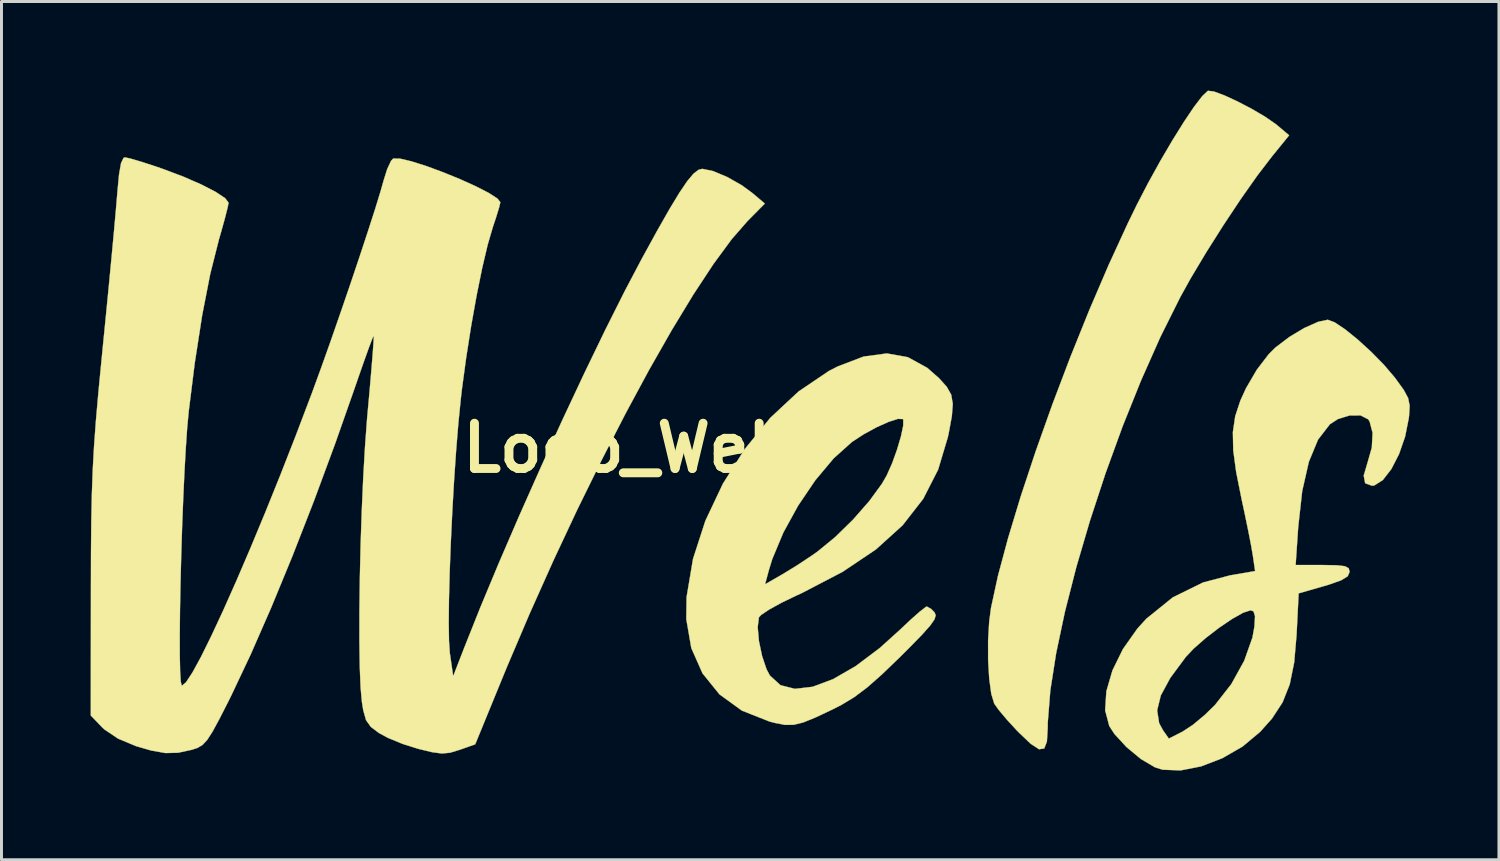
<source format=kicad_pcb>
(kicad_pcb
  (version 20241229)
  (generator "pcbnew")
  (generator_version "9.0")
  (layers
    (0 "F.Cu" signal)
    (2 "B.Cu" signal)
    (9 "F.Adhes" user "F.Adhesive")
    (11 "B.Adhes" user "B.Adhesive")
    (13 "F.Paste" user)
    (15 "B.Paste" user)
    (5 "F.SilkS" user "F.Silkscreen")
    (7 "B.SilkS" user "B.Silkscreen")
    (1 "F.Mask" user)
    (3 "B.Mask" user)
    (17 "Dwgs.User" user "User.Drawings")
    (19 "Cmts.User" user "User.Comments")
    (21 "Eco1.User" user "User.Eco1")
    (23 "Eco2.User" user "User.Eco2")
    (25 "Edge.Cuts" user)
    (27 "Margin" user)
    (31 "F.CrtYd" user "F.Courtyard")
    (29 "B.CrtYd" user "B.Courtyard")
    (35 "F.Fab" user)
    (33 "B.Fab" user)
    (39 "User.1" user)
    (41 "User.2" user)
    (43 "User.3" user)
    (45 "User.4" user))
  (footprint "Logo_Wels"
    (layer "F.Cu")
    (at 18.357 12.024)
    (property "Reference" "Logo_Wels" (at 0 0 0) (layer "F.SilkS") (effects (font (size 1.524 1.524) (thickness 0.3))))
    (attr through_hole)
    (fp_poly (pts (xy 19.438 -11.995) (xy 19.788 -11.865) (xy 20.231 -11.661) (xy 20.706 -11.413) (xy 21.152 -11.151) (xy 21.508 -10.906) (xy 21.569 -10.857) (xy 21.968 -10.521) (xy 21.389 -9.809) (xy 20.901 -9.172) (xy 20.34 -8.376) (xy 19.75 -7.488) (xy 19.173 -6.576) (xy 18.653 -5.706) (xy 18.306 -5.08) (xy 17.635 -3.735) (xy 16.985 -2.272) (xy 16.365 -0.73) (xy 15.788 0.857) (xy 15.265 2.45) (xy 14.806 4.012) (xy 14.424 5.508) (xy 14.129 6.901) (xy 13.933 8.153) (xy 13.847 9.228) (xy 13.844 9.43) (xy 13.818 9.875) (xy 13.728 10.11) (xy 13.553 10.135) (xy 13.272 9.952) (xy 12.864 9.563) (xy 12.811 9.509) (xy 12.475 9.144) (xy 12.2 8.817) (xy 12.045 8.599) (xy 11.946 8.272) (xy 11.877 7.762) (xy 11.84 7.14) (xy 11.839 6.477) (xy 11.876 5.841) (xy 11.937 5.38) (xy 12.172 4.297) (xy 12.512 3.031) (xy 12.939 1.621) (xy 13.441 0.109) (xy 14.001 -1.465) (xy 14.606 -3.059) (xy 15.241 -4.634) (xy 15.89 -6.147) (xy 16.539 -7.559) (xy 16.846 -8.189) (xy 17.226 -8.921) (xy 17.63 -9.652) (xy 18.037 -10.346) (xy 18.424 -10.967) (xy 18.766 -11.476) (xy 19.042 -11.837) (xy 19.227 -12.013) (xy 19.241 -12.019) (xy 19.438 -11.995)) (stroke (width 0.01) (type solid)) (fill yes) (layer "F.SilkS"))
    (fp_poly (pts (xy 9.139 -3.056) (xy 9.792 -2.697) (xy 10.192 -2.345) (xy 10.447 -2.061) (xy 10.597 -1.796) (xy 10.651 -1.486) (xy 10.619 -1.069) (xy 10.51 -0.481) (xy 10.485 -0.366) (xy 10.158 0.726) (xy 9.656 1.71) (xy 8.962 2.601) (xy 8.063 3.414) (xy 6.943 4.166) (xy 5.588 4.872) (xy 5.4 4.959) (xy 4.892 5.204) (xy 4.476 5.433) (xy 4.204 5.615) (xy 4.127 5.698) (xy 4.087 6.027) (xy 4.128 6.493) (xy 4.234 6.998) (xy 4.385 7.446) (xy 4.496 7.655) (xy 4.853 7.98) (xy 5.339 8.104) (xy 5.935 8.034) (xy 6.621 7.778) (xy 7.381 7.34) (xy 8.194 6.729) (xy 8.873 6.116) (xy 9.244 5.767) (xy 9.549 5.498) (xy 9.741 5.35) (xy 9.778 5.334) (xy 9.93 5.42) (xy 10.036 5.528) (xy 10.077 5.628) (xy 10.034 5.769) (xy 9.886 5.979) (xy 9.611 6.287) (xy 9.184 6.724) (xy 8.877 7.03) (xy 8.269 7.616) (xy 7.774 8.053) (xy 7.337 8.381) (xy 6.904 8.643) (xy 6.604 8.796) (xy 6.029 9.067) (xy 5.615 9.235) (xy 5.296 9.313) (xy 5.004 9.315) (xy 4.674 9.252) (xy 4.479 9.201) (xy 3.556 8.836) (xy 2.802 8.29) (xy 2.23 7.582) (xy 1.853 6.731) (xy 1.684 5.755) (xy 1.694 5.016) (xy 1.767 4.586) (xy 4.334 4.586) (xy 4.929 4.243) (xy 5.406 3.951) (xy 5.913 3.616) (xy 6.098 3.485) (xy 6.693 2.998) (xy 7.295 2.409) (xy 7.841 1.786) (xy 8.27 1.198) (xy 8.428 0.923) (xy 8.61 0.514) (xy 8.776 0.053) (xy 8.907 -0.391) (xy 8.983 -0.75) (xy 8.985 -0.957) (xy 8.974 -0.974) (xy 8.807 -0.981) (xy 8.489 -0.879) (xy 8.082 -0.696) (xy 7.649 -0.46) (xy 7.255 -0.202) (xy 6.642 0.349) (xy 6.025 1.085) (xy 5.447 1.939) (xy 4.95 2.844) (xy 4.577 3.736) (xy 4.464 4.103) (xy 4.334 4.586) (xy 1.767 4.586) (xy 1.91 3.733) (xy 2.327 2.447) (xy 2.916 1.201) (xy 3.654 0.033) (xy 4.511 -1.015) (xy 5.464 -1.904) (xy 6.484 -2.593) (xy 6.78 -2.745) (xy 7.654 -3.078) (xy 8.433 -3.182) (xy 9.139 -3.056)) (stroke (width 0.01) (type solid)) (fill yes) (layer "F.SilkS"))
    (fp_poly (pts (xy 23.498 -4.229) (xy 23.851 -3.993) (xy 24.277 -3.649) (xy 24.728 -3.237) (xy 25.158 -2.799) (xy 25.518 -2.376) (xy 25.543 -2.343) (xy 25.822 -1.958) (xy 25.972 -1.68) (xy 26.023 -1.422) (xy 26.004 -1.095) (xy 25.995 -1.013) (xy 25.871 -0.387) (xy 25.666 0.204) (xy 25.407 0.708) (xy 25.121 1.077) (xy 24.836 1.259) (xy 24.756 1.27) (xy 24.526 1.185) (xy 24.477 0.928) (xy 24.601 0.508) (xy 24.75 -0.013) (xy 24.776 -0.508) (xy 24.677 -0.89) (xy 24.625 -0.968) (xy 24.372 -1.097) (xy 24.002 -1.095) (xy 23.61 -0.975) (xy 23.339 -0.799) (xy 22.941 -0.284) (xy 22.631 0.464) (xy 22.408 1.446) (xy 22.272 2.665) (xy 22.27 2.699) (xy 22.187 3.937) (xy 23.095 3.937) (xy 23.571 3.945) (xy 23.846 3.977) (xy 23.973 4.047) (xy 24.003 4.167) (xy 24.003 4.168) (xy 23.939 4.315) (xy 23.72 4.45) (xy 23.303 4.598) (xy 23.146 4.644) (xy 22.288 4.89) (xy 22.218 6.287) (xy 22.138 7.211) (xy 21.989 7.948) (xy 21.747 8.558) (xy 21.389 9.105) (xy 20.995 9.547) (xy 20.402 10.043) (xy 19.719 10.437) (xy 19.005 10.712) (xy 18.317 10.847) (xy 17.712 10.824) (xy 17.453 10.743) (xy 16.978 10.463) (xy 16.494 10.061) (xy 16.091 9.623) (xy 15.917 9.356) (xy 15.777 8.827) (xy 15.777 8.827) (xy 17.527 8.827) (xy 17.594 9.258) (xy 17.723 9.496) (xy 17.92 9.777) (xy 18.393 9.536) (xy 18.73 9.314) (xy 19.135 8.976) (xy 19.475 8.644) (xy 20.023 7.943) (xy 20.456 7.16) (xy 20.733 6.378) (xy 20.799 6.014) (xy 20.82 5.659) (xy 20.769 5.494) (xy 20.668 5.461) (xy 20.421 5.541) (xy 20.047 5.752) (xy 19.606 6.051) (xy 19.157 6.397) (xy 18.758 6.747) (xy 18.493 7.027) (xy 17.969 7.735) (xy 17.649 8.327) (xy 17.527 8.827) (xy 15.777 8.827) (xy 15.818 8.187) (xy 16.023 7.483) (xy 16.377 6.763) (xy 16.863 6.075) (xy 17.164 5.744) (xy 18.054 5.025) (xy 19.07 4.525) (xy 19.989 4.283) (xy 20.823 4.14) (xy 20.748 3.626) (xy 20.69 3.287) (xy 20.591 2.777) (xy 20.466 2.175) (xy 20.37 1.729) (xy 20.186 0.81) (xy 20.087 0.074) (xy 20.075 -0.535) (xy 20.154 -1.071) (xy 20.326 -1.593) (xy 20.517 -2.011) (xy 20.879 -2.631) (xy 21.283 -3.159) (xy 21.501 -3.377) (xy 21.973 -3.735) (xy 22.478 -4.038) (xy 22.942 -4.245) (xy 23.266 -4.315) (xy 23.498 -4.229)) (stroke (width 0.01) (type solid)) (fill yes) (layer "F.SilkS"))
    (fp_poly (pts (xy -17.018 -9.739) (xy -16.654 -9.632) (xy -16.178 -9.477) (xy -15.917 -9.387) (xy -15.231 -9.128) (xy -14.629 -8.865) (xy -14.149 -8.617) (xy -13.831 -8.406) (xy -13.716 -8.252) (xy -13.716 -8.252) (xy -13.75 -8.083) (xy -13.839 -7.733) (xy -13.969 -7.264) (xy -14.04 -7.019) (xy -14.333 -5.859) (xy -14.605 -4.466) (xy -14.854 -2.863) (xy -15.056 -1.244) (xy -15.108 -0.693) (xy -15.156 0.008) (xy -15.202 0.824) (xy -15.243 1.722) (xy -15.28 2.669) (xy -15.31 3.631) (xy -15.334 4.575) (xy -15.351 5.469) (xy -15.359 6.277) (xy -15.358 6.968) (xy -15.347 7.507) (xy -15.325 7.862) (xy -15.291 7.999) (xy -15.289 7.999) (xy -15.148 7.882) (xy -14.929 7.548) (xy -14.64 7.018) (xy -14.292 6.313) (xy -13.892 5.454) (xy -13.451 4.463) (xy -12.978 3.36) (xy -12.482 2.167) (xy -11.973 0.905) (xy -11.46 -0.405) (xy -10.952 -1.743) (xy -10.891 -1.905) (xy -10.603 -2.694) (xy -10.286 -3.584) (xy -9.956 -4.533) (xy -9.625 -5.497) (xy -9.31 -6.433) (xy -9.025 -7.298) (xy -8.783 -8.049) (xy -8.601 -8.642) (xy -8.5 -9) (xy -8.379 -9.386) (xy -8.251 -9.659) (xy -8.177 -9.739) (xy -7.95 -9.737) (xy -7.561 -9.645) (xy -7.06 -9.486) (xy -6.499 -9.279) (xy -5.928 -9.046) (xy -5.399 -8.807) (xy -4.963 -8.583) (xy -4.67 -8.394) (xy -4.572 -8.27) (xy -4.611 -8.104) (xy -4.711 -7.775) (xy -4.826 -7.43) (xy -4.997 -6.845) (xy -5.182 -6.061) (xy -5.371 -5.131) (xy -5.554 -4.108) (xy -5.721 -3.046) (xy -5.863 -1.999) (xy -5.903 -1.651) (xy -5.984 -0.843) (xy -6.06 0.085) (xy -6.129 1.093) (xy -6.189 2.138) (xy -6.239 3.18) (xy -6.277 4.177) (xy -6.301 5.089) (xy -6.309 5.874) (xy -6.3 6.491) (xy -6.272 6.899) (xy -6.269 6.919) (xy -6.159 7.678) (xy -5.79 6.728) (xy -5.245 5.361) (xy -4.62 3.863) (xy -3.937 2.281) (xy -3.217 0.662) (xy -2.482 -0.95) (xy -1.751 -2.507) (xy -1.047 -3.963) (xy -0.39 -5.273) (xy 0.184 -6.362) (xy 0.701 -7.304) (xy 1.12 -8.04) (xy 1.454 -8.592) (xy 1.718 -8.981) (xy 1.927 -9.23) (xy 2.095 -9.36) (xy 2.223 -9.393) (xy 2.589 -9.317) (xy 3.062 -9.118) (xy 3.552 -8.84) (xy 3.91 -8.577) (xy 4.327 -8.225) (xy 3.745 -7.637) (xy 3.21 -7.024) (xy 2.601 -6.195) (xy 1.927 -5.172) (xy 1.201 -3.977) (xy 0.434 -2.632) (xy -0.36 -1.159) (xy -1.171 0.42) (xy -1.987 2.081) (xy -2.795 3.804) (xy -3.584 5.567) (xy -4.342 7.346) (xy -4.507 7.747) (xy -5.418 9.97) (xy -5.95 10.157) (xy -6.264 10.252) (xy -6.54 10.278) (xy -6.873 10.233) (xy -7.337 10.121) (xy -7.857 9.957) (xy -8.349 9.755) (xy -8.658 9.589) (xy -8.932 9.381) (xy -9.09 9.158) (xy -9.184 8.828) (xy -9.23 8.545) (xy -9.274 8.06) (xy -9.302 7.363) (xy -9.315 6.494) (xy -9.314 5.494) (xy -9.3 4.404) (xy -9.274 3.265) (xy -9.235 2.118) (xy -9.186 1.003) (xy -9.126 -0.038) (xy -9.058 -0.964) (xy -9.042 -1.143) (xy -8.971 -1.926) (xy -8.912 -2.619) (xy -8.866 -3.183) (xy -8.838 -3.579) (xy -8.829 -3.771) (xy -8.83 -3.783) (xy -8.879 -3.684) (xy -8.992 -3.385) (xy -9.156 -2.929) (xy -9.356 -2.358) (xy -9.433 -2.132) (xy -10.128 -0.154) (xy -10.845 1.784) (xy -11.569 3.639) (xy -12.284 5.374) (xy -12.973 6.947) (xy -13.621 8.318) (xy -13.707 8.492) (xy -14.022 9.111) (xy -14.255 9.541) (xy -14.436 9.822) (xy -14.595 9.992) (xy -14.762 10.09) (xy -14.952 10.153) (xy -15.416 10.253) (xy -15.842 10.263) (xy -16.325 10.177) (xy -16.832 10.03) (xy -17.434 9.778) (xy -17.9 9.465) (xy -17.975 9.394) (xy -18.352 9) (xy -18.348 4.786) (xy -18.345 3.542) (xy -18.336 2.494) (xy -18.317 1.581) (xy -18.287 0.746) (xy -18.242 -0.071) (xy -18.179 -0.929) (xy -18.095 -1.885) (xy -17.987 -3.001) (xy -17.945 -3.429) (xy -17.841 -4.476) (xy -17.741 -5.499) (xy -17.65 -6.455) (xy -17.571 -7.301) (xy -17.509 -7.995) (xy -17.467 -8.493) (xy -17.458 -8.604) (xy -17.401 -9.21) (xy -17.334 -9.587) (xy -17.251 -9.76) (xy -17.205 -9.779) (xy -17.018 -9.739)) (stroke (width 0.01) (type solid)) (fill yes) (layer "F.SilkS")))
  (gr_rect
    (start -3 -3)
    (end 47.384 25.877)
    (stroke (width 0.1) (type default))
    (fill no)
    (layer "Edge.Cuts")))
</source>
